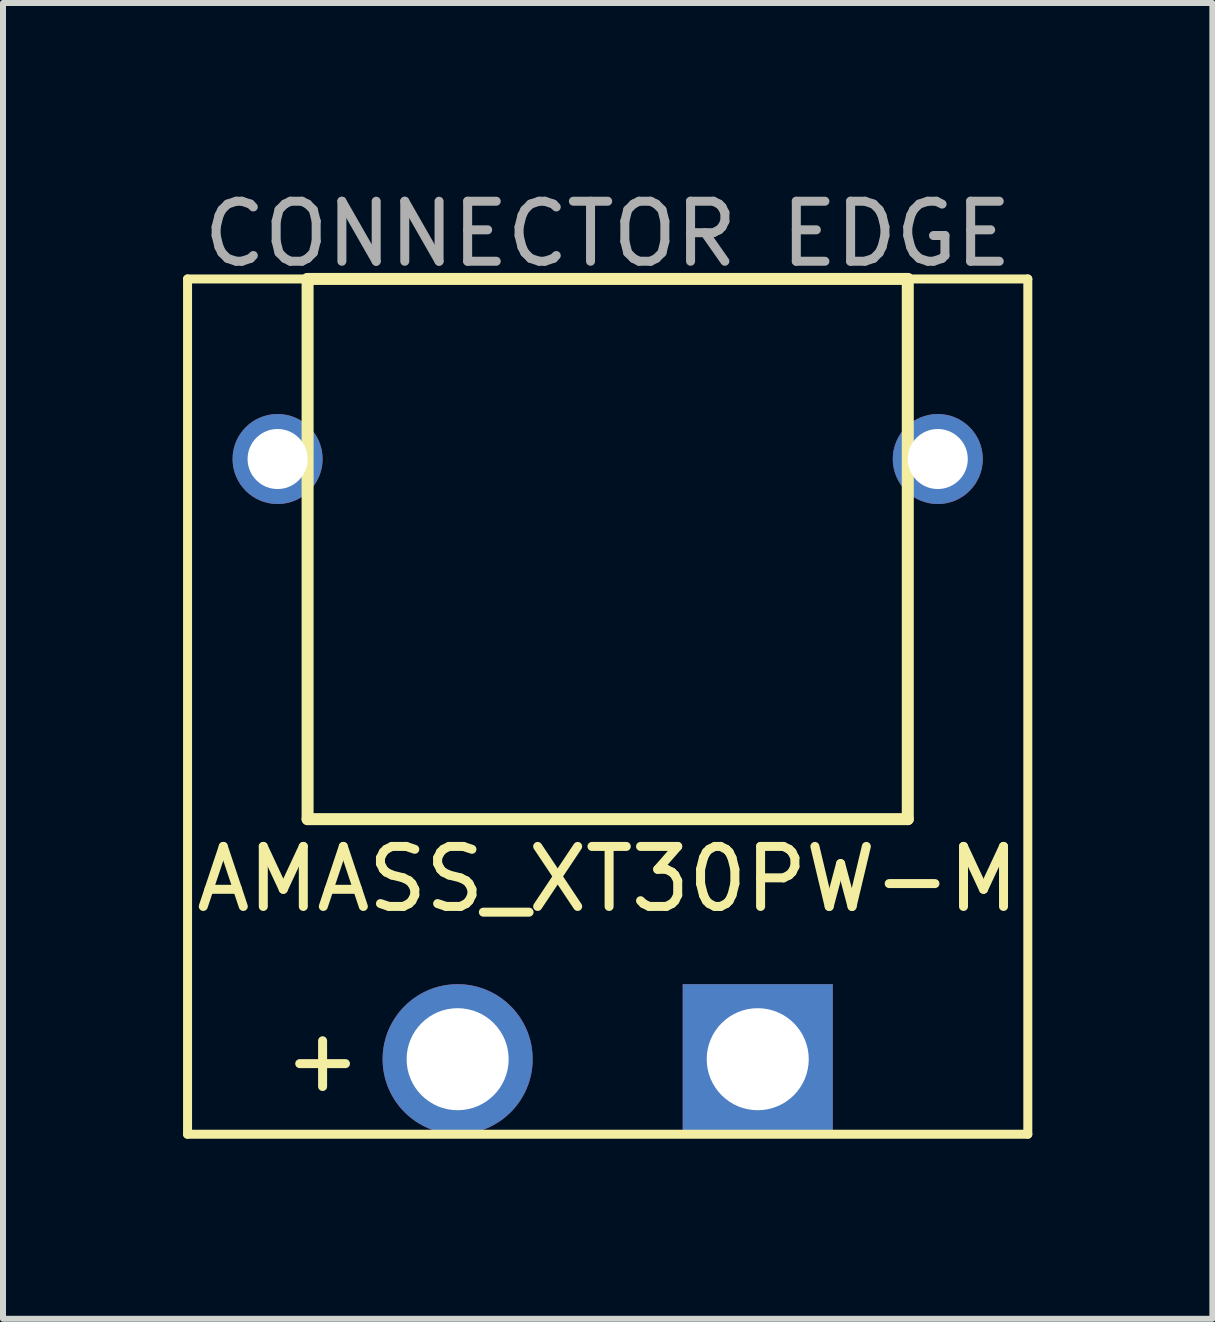
<source format=kicad_pcb>
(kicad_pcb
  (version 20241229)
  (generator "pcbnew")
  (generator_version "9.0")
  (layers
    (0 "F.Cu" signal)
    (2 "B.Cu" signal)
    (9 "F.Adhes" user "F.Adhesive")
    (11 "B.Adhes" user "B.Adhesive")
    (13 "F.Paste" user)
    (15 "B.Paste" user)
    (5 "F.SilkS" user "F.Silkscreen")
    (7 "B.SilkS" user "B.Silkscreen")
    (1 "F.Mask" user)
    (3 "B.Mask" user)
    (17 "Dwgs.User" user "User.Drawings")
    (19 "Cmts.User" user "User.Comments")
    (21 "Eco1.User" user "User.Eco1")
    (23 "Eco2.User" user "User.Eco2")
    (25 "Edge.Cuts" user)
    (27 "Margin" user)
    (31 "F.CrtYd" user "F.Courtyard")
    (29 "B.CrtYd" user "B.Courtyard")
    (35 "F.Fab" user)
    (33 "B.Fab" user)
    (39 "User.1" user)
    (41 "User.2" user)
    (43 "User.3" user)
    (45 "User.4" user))
  (footprint "AMASS_XT30PW-M"
    (layer "F.Cu")
    (at 7.075 4.598)
    (property "Reference" "AMASS_XT30PW-M" (at 0 7 0) (layer "F.SilkS") (effects (font (size 1 1) (thickness 0.15))))
    (attr through_hole)
    (fp_line (start -7 -3) (end -7 11.25) (stroke (width 0.15) (type solid)) (layer "F.SilkS"))
    (fp_line (start -7 -3) (end -5 -3) (stroke (width 0.15) (type solid)) (layer "F.SilkS"))
    (fp_line (start -5 6) (end -5 -3) (stroke (width 0.2) (type solid)) (layer "F.SilkS"))
    (fp_line (start 5 -3) (end -5 -3) (stroke (width 0.2) (type solid)) (layer "F.SilkS"))
    (fp_line (start 5 -3) (end 7 -3) (stroke (width 0.15) (type solid)) (layer "F.SilkS"))
    (fp_line (start 5 6) (end -5 6) (stroke (width 0.2) (type solid)) (layer "F.SilkS"))
    (fp_line (start 5 6) (end 5 -3) (stroke (width 0.2) (type solid)) (layer "F.SilkS"))
    (fp_line (start 7 -3) (end 7 11.25) (stroke (width 0.15) (type solid)) (layer "F.SilkS"))
    (fp_line (start 7 11.25) (end -7 11.25) (stroke (width 0.15) (type solid)) (layer "F.SilkS"))
    (fp_text user "+" (at -4.75 10 0) (layer "F.SilkS") (effects (font (size 1 1) (thickness 0.15))))
    (fp_text user "CONNECTOR EDGE" (at 0 -3.75 0) (layer "F.Fab") (effects (font (size 1 1) (thickness 0.15))))
    (pad "" thru_hole circle (at -5.5 0) (size 1.5 1.5) (drill 1) (layers "*.Cu" "*.Mask"))
    (pad "" thru_hole circle (at 5.5 0) (size 1.5 1.5) (drill 1) (layers "*.Cu" "*.Mask"))
    (pad "1" thru_hole rect (at 2.5 10) (size 2.5 2.5) (drill 1.7) (layers "*.Cu" "*.Mask"))
    (pad "2" thru_hole circle (at -2.5 10) (size 2.5 2.5) (drill 1.7) (layers "*.Cu" "*.Mask")))
  (gr_rect
    (start -3 -3)
    (end 17.15 18.923)
    (stroke (width 0.1) (type default))
    (fill no)
    (layer "Edge.Cuts")))
</source>
